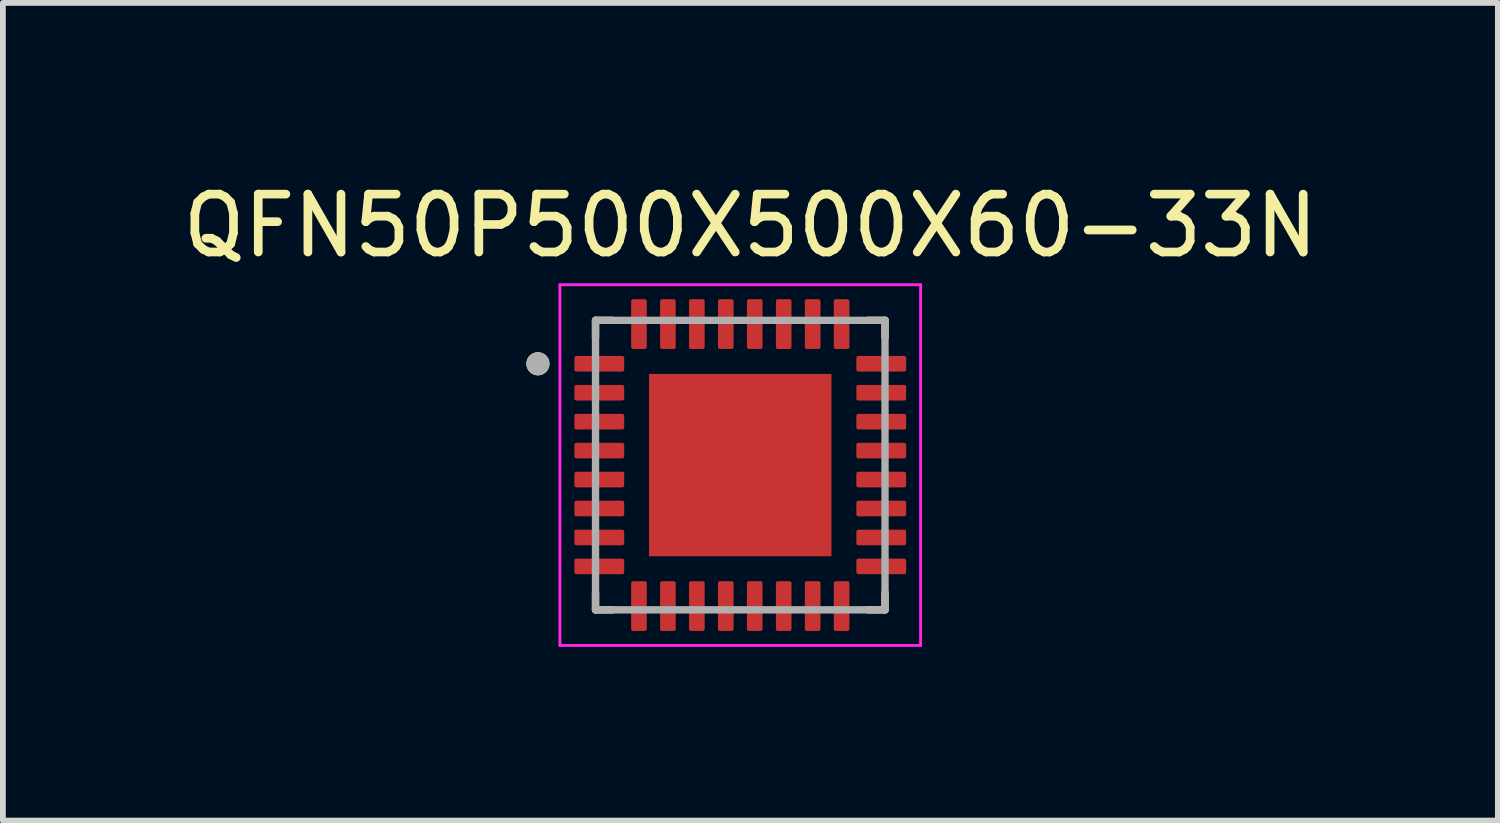
<source format=kicad_pcb>
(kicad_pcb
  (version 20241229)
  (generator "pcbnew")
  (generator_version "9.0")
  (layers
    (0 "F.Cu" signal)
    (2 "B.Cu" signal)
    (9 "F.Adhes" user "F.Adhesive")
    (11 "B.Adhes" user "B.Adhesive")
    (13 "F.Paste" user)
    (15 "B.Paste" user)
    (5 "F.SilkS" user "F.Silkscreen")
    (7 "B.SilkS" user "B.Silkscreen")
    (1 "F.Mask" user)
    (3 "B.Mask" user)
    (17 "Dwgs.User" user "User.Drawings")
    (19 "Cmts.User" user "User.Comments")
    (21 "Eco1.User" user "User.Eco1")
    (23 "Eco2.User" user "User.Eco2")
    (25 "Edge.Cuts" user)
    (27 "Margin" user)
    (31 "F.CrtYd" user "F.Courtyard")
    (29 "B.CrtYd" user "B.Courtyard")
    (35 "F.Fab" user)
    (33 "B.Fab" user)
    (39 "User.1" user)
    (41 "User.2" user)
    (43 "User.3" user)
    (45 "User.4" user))
  (footprint "QFN50P500X500X60-33N"
    (layer "F.Cu")
    (at 9.736 4.983)
    (property "Reference" "QFN50P500X500X60-33N" (at 0.175 -4.135 0) (layer "F.SilkS") (effects (font (size 1 1) (thickness 0.15))))
    (attr smd)
    (fp_line (start -2.5 -2.5) (end -2.5 -2.205) (stroke (width 0.127) (type solid)) (layer "F.SilkS"))
    (fp_line (start -2.5 -2.5) (end -2.205 -2.5) (stroke (width 0.127) (type solid)) (layer "F.SilkS"))
    (fp_line (start -2.5 2.5) (end -2.5 2.205) (stroke (width 0.127) (type solid)) (layer "F.SilkS"))
    (fp_line (start -2.5 2.5) (end -2.205 2.5) (stroke (width 0.127) (type solid)) (layer "F.SilkS"))
    (fp_line (start 2.5 -2.5) (end 2.205 -2.5) (stroke (width 0.127) (type solid)) (layer "F.SilkS"))
    (fp_line (start 2.5 -2.5) (end 2.5 -2.205) (stroke (width 0.127) (type solid)) (layer "F.SilkS"))
    (fp_line (start 2.5 2.5) (end 2.205 2.5) (stroke (width 0.127) (type solid)) (layer "F.SilkS"))
    (fp_line (start 2.5 2.5) (end 2.5 2.205) (stroke (width 0.127) (type solid)) (layer "F.SilkS"))
    (fp_circle (center -3.495 -1.75) (end -3.395 -1.75) (stroke (width 0.2) (type solid)) (fill no) (layer "F.SilkS"))
    (fp_poly (pts (xy -1 -1) (xy 1 -1) (xy 1 1) (xy -1 1)) (stroke (width 0.01) (type solid)) (fill yes) (layer "F.Paste"))
    (fp_line (start -3.115 -3.115) (end 3.115 -3.115) (stroke (width 0.05) (type solid)) (layer "F.CrtYd"))
    (fp_line (start -3.115 3.115) (end -3.115 -3.115) (stroke (width 0.05) (type solid)) (layer "F.CrtYd"))
    (fp_line (start -3.115 3.115) (end 3.115 3.115) (stroke (width 0.05) (type solid)) (layer "F.CrtYd"))
    (fp_line (start 3.115 3.115) (end 3.115 -3.115) (stroke (width 0.05) (type solid)) (layer "F.CrtYd"))
    (fp_line (start -2.5 2.5) (end -2.5 -2.5) (stroke (width 0.127) (type solid)) (layer "F.Fab"))
    (fp_line (start 2.5 -2.5) (end -2.5 -2.5) (stroke (width 0.127) (type solid)) (layer "F.Fab"))
    (fp_line (start 2.5 2.5) (end -2.5 2.5) (stroke (width 0.127) (type solid)) (layer "F.Fab"))
    (fp_line (start 2.5 2.5) (end 2.5 -2.5) (stroke (width 0.127) (type solid)) (layer "F.Fab"))
    (fp_circle (center -3.495 -1.75) (end -3.395 -1.75) (stroke (width 0.2) (type solid)) (fill no) (layer "F.Fab"))
    (pad "1" smd roundrect (at -2.435 -1.75) (size 0.86 0.27) (layers "F.Cu" "F.Mask" "F.Paste") (roundrect_rratio 0.125))
    (pad "2" smd roundrect (at -2.435 -1.25) (size 0.86 0.27) (layers "F.Cu" "F.Mask" "F.Paste") (roundrect_rratio 0.125))
    (pad "3" smd roundrect (at -2.435 -0.75) (size 0.86 0.27) (layers "F.Cu" "F.Mask" "F.Paste") (roundrect_rratio 0.125))
    (pad "4" smd roundrect (at -2.435 -0.25) (size 0.86 0.27) (layers "F.Cu" "F.Mask" "F.Paste") (roundrect_rratio 0.125))
    (pad "5" smd roundrect (at -2.435 0.25) (size 0.86 0.27) (layers "F.Cu" "F.Mask" "F.Paste") (roundrect_rratio 0.125))
    (pad "6" smd roundrect (at -2.435 0.75) (size 0.86 0.27) (layers "F.Cu" "F.Mask" "F.Paste") (roundrect_rratio 0.125))
    (pad "7" smd roundrect (at -2.435 1.25) (size 0.86 0.27) (layers "F.Cu" "F.Mask" "F.Paste") (roundrect_rratio 0.125))
    (pad "8" smd roundrect (at -2.435 1.75) (size 0.86 0.27) (layers "F.Cu" "F.Mask" "F.Paste") (roundrect_rratio 0.125))
    (pad "9" smd roundrect (at -1.75 2.435) (size 0.27 0.86) (layers "F.Cu" "F.Mask" "F.Paste") (roundrect_rratio 0.125))
    (pad "10" smd roundrect (at -1.25 2.435) (size 0.27 0.86) (layers "F.Cu" "F.Mask" "F.Paste") (roundrect_rratio 0.125))
    (pad "11" smd roundrect (at -0.75 2.435) (size 0.27 0.86) (layers "F.Cu" "F.Mask" "F.Paste") (roundrect_rratio 0.125))
    (pad "12" smd roundrect (at -0.25 2.435) (size 0.27 0.86) (layers "F.Cu" "F.Mask" "F.Paste") (roundrect_rratio 0.125))
    (pad "13" smd roundrect (at 0.25 2.435) (size 0.27 0.86) (layers "F.Cu" "F.Mask" "F.Paste") (roundrect_rratio 0.125))
    (pad "14" smd roundrect (at 0.75 2.435) (size 0.27 0.86) (layers "F.Cu" "F.Mask" "F.Paste") (roundrect_rratio 0.125))
    (pad "15" smd roundrect (at 1.25 2.435) (size 0.27 0.86) (layers "F.Cu" "F.Mask" "F.Paste") (roundrect_rratio 0.125))
    (pad "16" smd roundrect (at 1.75 2.435) (size 0.27 0.86) (layers "F.Cu" "F.Mask" "F.Paste") (roundrect_rratio 0.125))
    (pad "17" smd roundrect (at 2.435 1.75) (size 0.86 0.27) (layers "F.Cu" "F.Mask" "F.Paste") (roundrect_rratio 0.125))
    (pad "18" smd roundrect (at 2.435 1.25) (size 0.86 0.27) (layers "F.Cu" "F.Mask" "F.Paste") (roundrect_rratio 0.125))
    (pad "19" smd roundrect (at 2.435 0.75) (size 0.86 0.27) (layers "F.Cu" "F.Mask" "F.Paste") (roundrect_rratio 0.125))
    (pad "20" smd roundrect (at 2.435 0.25) (size 0.86 0.27) (layers "F.Cu" "F.Mask" "F.Paste") (roundrect_rratio 0.125))
    (pad "21" smd roundrect (at 2.435 -0.25) (size 0.86 0.27) (layers "F.Cu" "F.Mask" "F.Paste") (roundrect_rratio 0.125))
    (pad "22" smd roundrect (at 2.435 -0.75) (size 0.86 0.27) (layers "F.Cu" "F.Mask" "F.Paste") (roundrect_rratio 0.125))
    (pad "23" smd roundrect (at 2.435 -1.25) (size 0.86 0.27) (layers "F.Cu" "F.Mask" "F.Paste") (roundrect_rratio 0.125))
    (pad "24" smd roundrect (at 2.435 -1.75) (size 0.86 0.27) (layers "F.Cu" "F.Mask" "F.Paste") (roundrect_rratio 0.125))
    (pad "25" smd roundrect (at 1.75 -2.435) (size 0.27 0.86) (layers "F.Cu" "F.Mask" "F.Paste") (roundrect_rratio 0.125))
    (pad "26" smd roundrect (at 1.25 -2.435) (size 0.27 0.86) (layers "F.Cu" "F.Mask" "F.Paste") (roundrect_rratio 0.125))
    (pad "27" smd roundrect (at 0.75 -2.435) (size 0.27 0.86) (layers "F.Cu" "F.Mask" "F.Paste") (roundrect_rratio 0.125))
    (pad "28" smd roundrect (at 0.25 -2.435) (size 0.27 0.86) (layers "F.Cu" "F.Mask" "F.Paste") (roundrect_rratio 0.125))
    (pad "29" smd roundrect (at -0.25 -2.435) (size 0.27 0.86) (layers "F.Cu" "F.Mask" "F.Paste") (roundrect_rratio 0.125))
    (pad "30" smd roundrect (at -0.75 -2.435) (size 0.27 0.86) (layers "F.Cu" "F.Mask" "F.Paste") (roundrect_rratio 0.125))
    (pad "31" smd roundrect (at -1.25 -2.435) (size 0.27 0.86) (layers "F.Cu" "F.Mask" "F.Paste") (roundrect_rratio 0.125))
    (pad "32" smd roundrect (at -1.75 -2.435) (size 0.27 0.86) (layers "F.Cu" "F.Mask" "F.Paste") (roundrect_rratio 0.125))
    (pad "33" smd rect (at 0 0) (size 3.15 3.15) (layers "F.Cu" "F.Mask")))
  (gr_rect
    (start -3 -3)
    (end 22.821 11.123)
    (stroke (width 0.1) (type default))
    (fill no)
    (layer "Edge.Cuts")))
</source>
